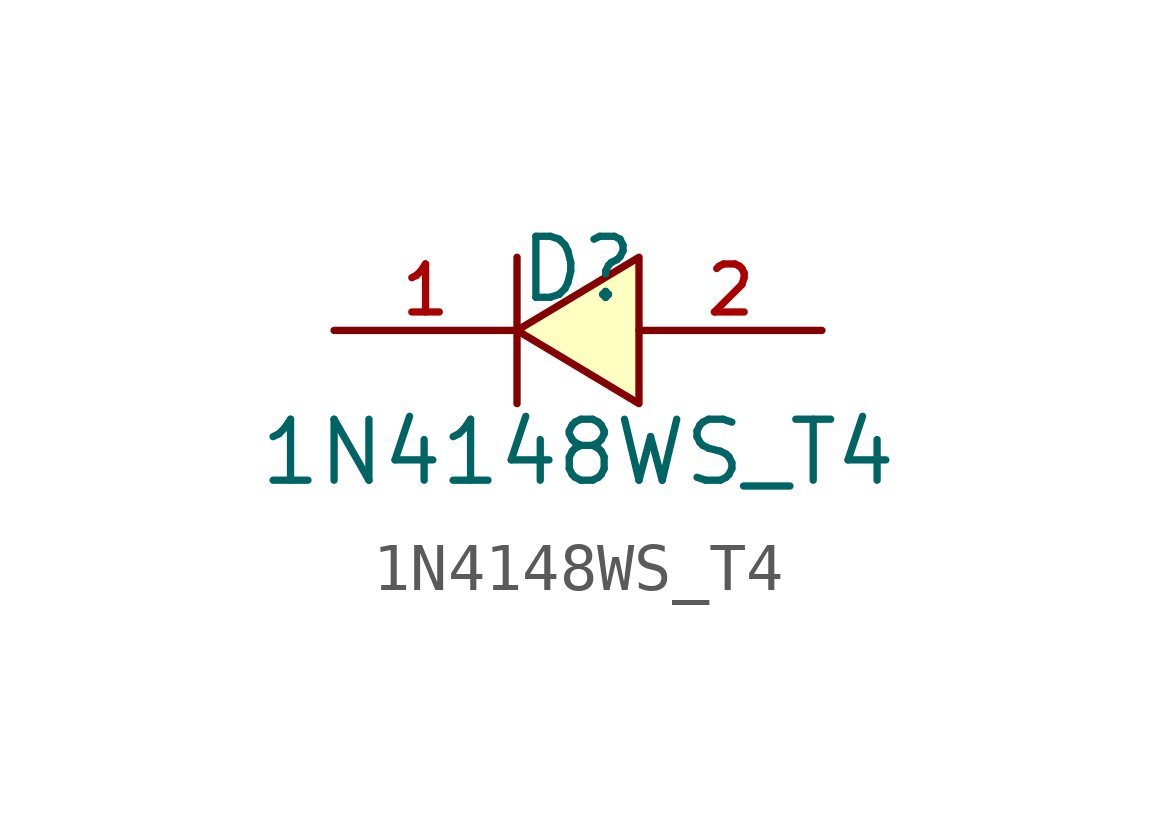
<source format=kicad_sym>
(kicad_symbol_lib
  (version 20210201)
  (generator TousstNicolas/JLC2KiCad_lib)
  (symbol "1N4148WS_T4"
    (pin_names hide)
    (property "Reference" "D"
      (at 0 1.27 0)
      (effects (font (size 1.27 1.27))))
    (property "Value" "1N4148WS_T4"
      (at 0 -2.54 0)
      (effects (font (size 1.27 1.27))))
    (symbol "1N4148WS_T4_0_1"
      (polyline (pts (xy -1.27 -1.524) (xy -1.27 1.524)) (stroke (width 0) (type default) (color 0 0 0 0)) (fill (type none)))
      (pin unspecified line (at 5.08 -0.0 180) (length 3.81) (name "A" (effects (font (size 1 1)))) (number "2" (effects (font (size 1 1)))))
      (pin unspecified line (at -5.08 -0.0 0) (length 3.81) (name "K" (effects (font (size 1 1)))) (number "1" (effects (font (size 1 1)))))
      (polyline (pts (xy 1.27 1.524) (xy -1.27 -0.0) (xy 1.27 -1.524) (xy 1.27 1.524)) (stroke (width 0) (type default) (color 0 0 0 0)) (fill (type background))))))
</source>
